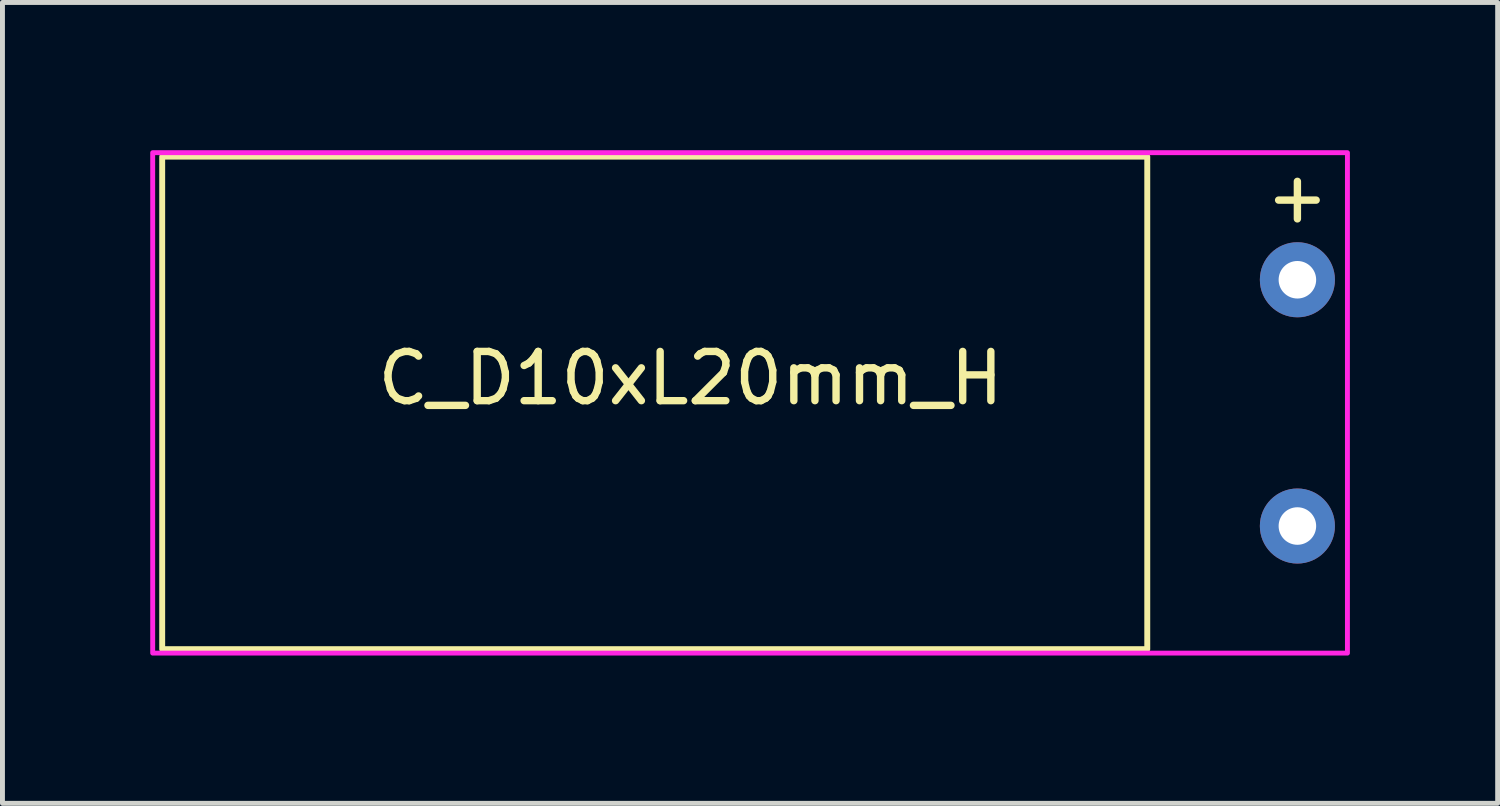
<source format=kicad_pcb>
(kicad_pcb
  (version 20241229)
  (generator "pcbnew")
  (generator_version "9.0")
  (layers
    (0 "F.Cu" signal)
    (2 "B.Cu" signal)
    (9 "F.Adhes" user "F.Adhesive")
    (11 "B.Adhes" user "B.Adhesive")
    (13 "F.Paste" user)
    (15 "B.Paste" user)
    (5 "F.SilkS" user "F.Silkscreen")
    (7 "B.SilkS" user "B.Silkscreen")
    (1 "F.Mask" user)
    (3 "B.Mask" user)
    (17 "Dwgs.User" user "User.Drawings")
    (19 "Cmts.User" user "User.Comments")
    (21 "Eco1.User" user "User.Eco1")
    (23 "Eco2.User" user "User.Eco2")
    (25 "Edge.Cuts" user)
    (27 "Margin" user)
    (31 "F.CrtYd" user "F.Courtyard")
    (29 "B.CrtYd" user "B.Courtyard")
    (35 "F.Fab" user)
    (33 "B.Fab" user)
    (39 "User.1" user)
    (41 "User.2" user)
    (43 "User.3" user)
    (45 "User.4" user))
  (footprint "C_D10xL20mm_H"
    (layer "F.Cu")
    (at 10.972 5.13)
    (property "Reference" "C_D10xL20mm_H" (at 0 -0.5 0) (unlocked yes) (layer "F.SilkS") (effects (font (size 1 1) (thickness 0.15))))
    (attr through_hole)
    (fp_rect (start -10.729 -5) (end 9.271 5) (stroke (width 0.12) (type default)) (fill no) (layer "F.SilkS"))
    (fp_rect (start -10.922 -5.08) (end 13.335 5.08) (stroke (width 0.1) (type default)) (fill no) (layer "F.CrtYd"))
    (fp_text user "+" (at 12.319 -4.191 0) (layer "F.SilkS") (effects (font (size 1 1) (thickness 0.15))))
    (pad "1" thru_hole circle (at 12.319 -2.5) (size 1.524 1.524) (drill 0.762) (layers "*.Cu" "*.Mask"))
    (pad "2" thru_hole circle (at 12.319 2.5) (size 1.524 1.524) (drill 0.762) (layers "*.Cu" "*.Mask")))
  (gr_rect
    (start -3 -3)
    (end 27.357 13.26)
    (stroke (width 0.1) (type default))
    (fill no)
    (layer "Edge.Cuts")))
</source>
